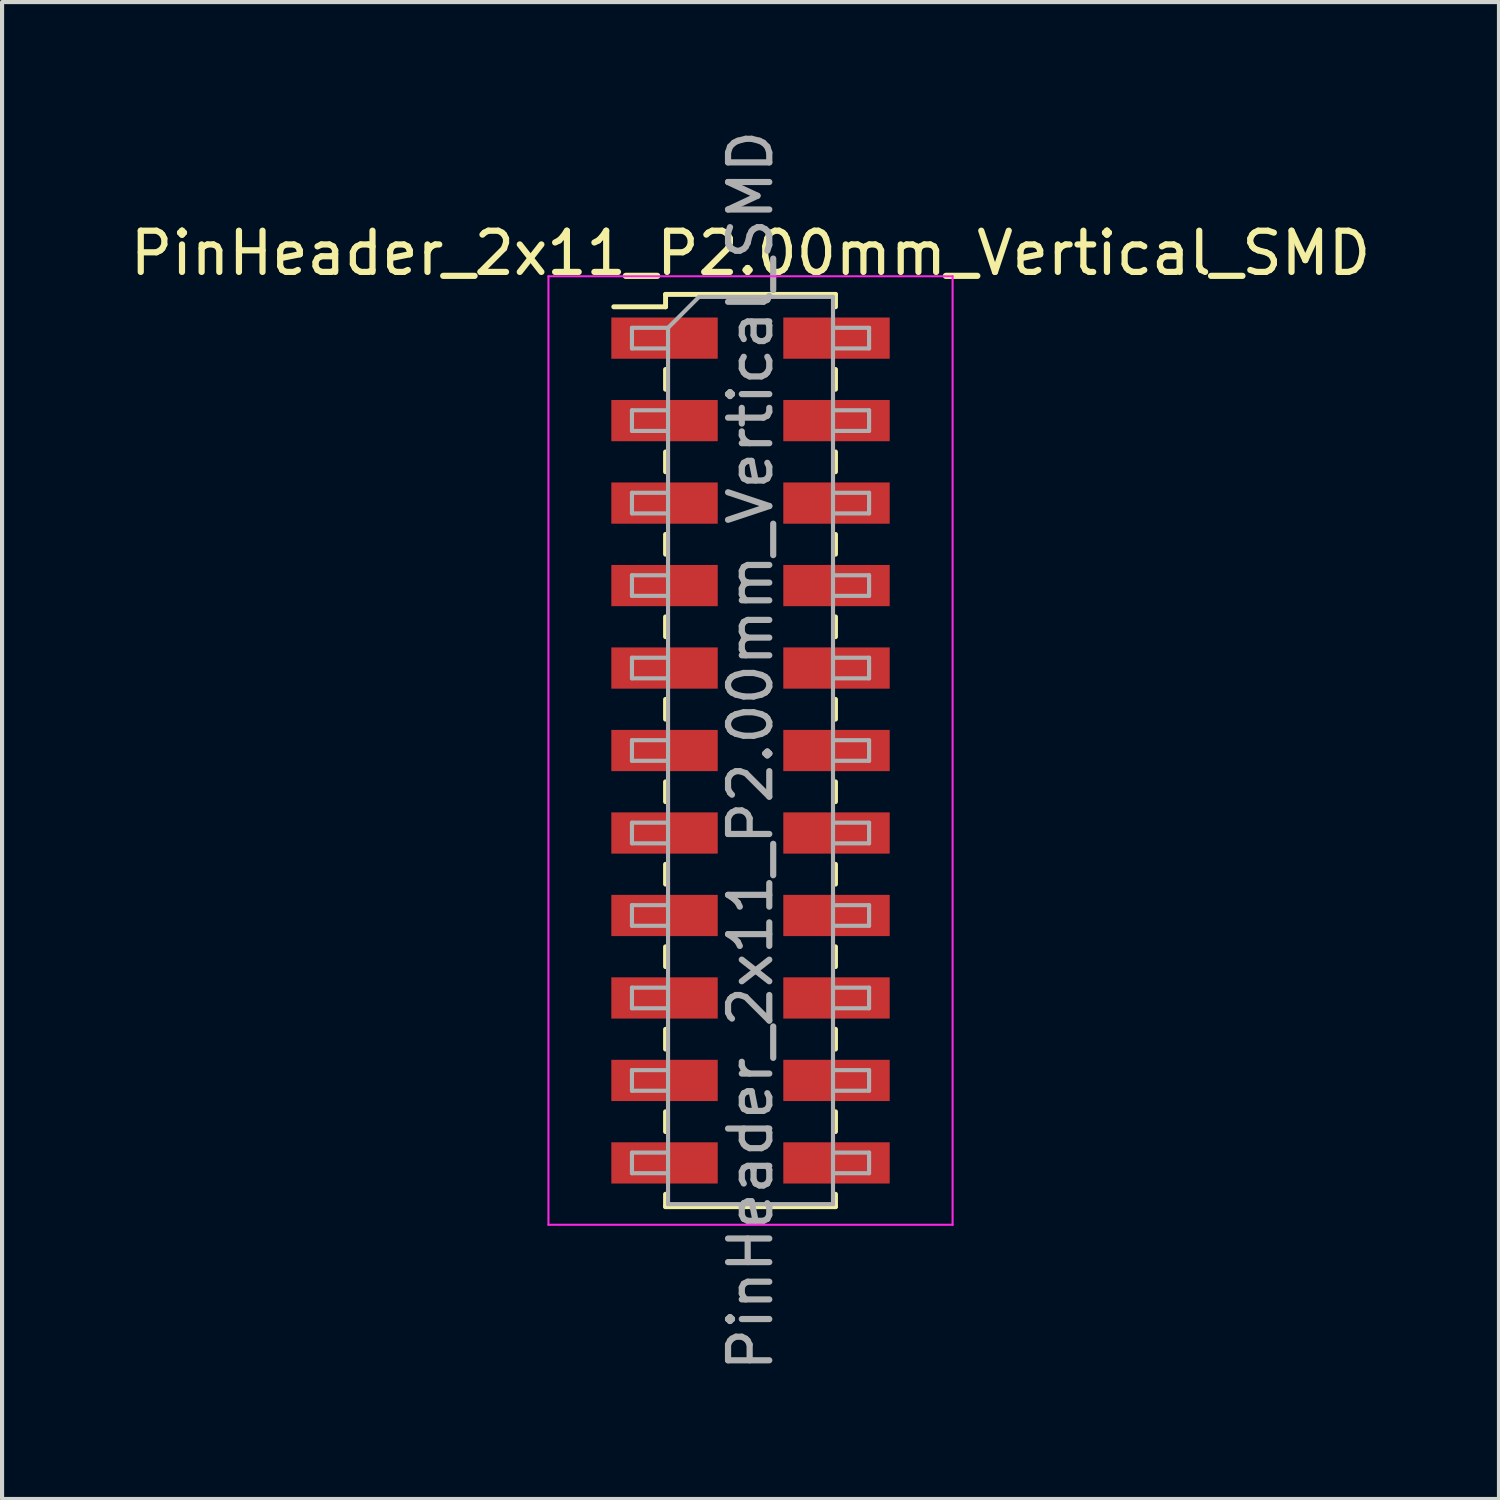
<source format=kicad_pcb>
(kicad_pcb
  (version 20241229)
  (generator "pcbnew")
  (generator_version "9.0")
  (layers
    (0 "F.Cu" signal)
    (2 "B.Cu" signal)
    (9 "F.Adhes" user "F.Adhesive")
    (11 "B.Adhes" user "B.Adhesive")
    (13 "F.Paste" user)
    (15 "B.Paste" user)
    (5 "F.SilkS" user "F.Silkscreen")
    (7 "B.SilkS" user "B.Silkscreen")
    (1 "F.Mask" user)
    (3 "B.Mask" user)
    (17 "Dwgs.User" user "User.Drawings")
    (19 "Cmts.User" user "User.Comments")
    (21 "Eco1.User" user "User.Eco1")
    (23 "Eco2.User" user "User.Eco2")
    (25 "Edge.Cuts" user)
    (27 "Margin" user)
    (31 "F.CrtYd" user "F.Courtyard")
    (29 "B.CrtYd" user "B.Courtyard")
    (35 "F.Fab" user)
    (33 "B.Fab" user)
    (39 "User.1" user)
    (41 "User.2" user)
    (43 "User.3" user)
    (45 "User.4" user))
  (footprint "PinHeader_2x11_P2.00mm_Vertical_SMD"
    (layer "F.Cu")
    (at 15.149 15.149)
    (property "Reference" "PinHeader_2x11_P2.00mm_Vertical_SMD" (at 0 -12.06 0) (layer "F.SilkS") (effects (font (size 1 1) (thickness 0.15))))
    (attr smd)
    (fp_line (start -3.315 -10.76) (end -2.06 -10.76) (stroke (width 0.12) (type solid)) (layer "F.SilkS"))
    (fp_line (start -2.06 -11.06) (end -2.06 -10.76) (stroke (width 0.12) (type solid)) (layer "F.SilkS"))
    (fp_line (start -2.06 -11.06) (end 2.06 -11.06) (stroke (width 0.12) (type solid)) (layer "F.SilkS"))
    (fp_line (start -2.06 -9.24) (end -2.06 -8.76) (stroke (width 0.12) (type solid)) (layer "F.SilkS"))
    (fp_line (start -2.06 -7.24) (end -2.06 -6.76) (stroke (width 0.12) (type solid)) (layer "F.SilkS"))
    (fp_line (start -2.06 -5.24) (end -2.06 -4.76) (stroke (width 0.12) (type solid)) (layer "F.SilkS"))
    (fp_line (start -2.06 -3.24) (end -2.06 -2.76) (stroke (width 0.12) (type solid)) (layer "F.SilkS"))
    (fp_line (start -2.06 -1.24) (end -2.06 -0.76) (stroke (width 0.12) (type solid)) (layer "F.SilkS"))
    (fp_line (start -2.06 0.76) (end -2.06 1.24) (stroke (width 0.12) (type solid)) (layer "F.SilkS"))
    (fp_line (start -2.06 2.76) (end -2.06 3.24) (stroke (width 0.12) (type solid)) (layer "F.SilkS"))
    (fp_line (start -2.06 4.76) (end -2.06 5.24) (stroke (width 0.12) (type solid)) (layer "F.SilkS"))
    (fp_line (start -2.06 6.76) (end -2.06 7.24) (stroke (width 0.12) (type solid)) (layer "F.SilkS"))
    (fp_line (start -2.06 8.76) (end -2.06 9.24) (stroke (width 0.12) (type solid)) (layer "F.SilkS"))
    (fp_line (start -2.06 10.76) (end -2.06 11.06) (stroke (width 0.12) (type solid)) (layer "F.SilkS"))
    (fp_line (start -2.06 11.06) (end 2.06 11.06) (stroke (width 0.12) (type solid)) (layer "F.SilkS"))
    (fp_line (start 2.06 -11.06) (end 2.06 -10.76) (stroke (width 0.12) (type solid)) (layer "F.SilkS"))
    (fp_line (start 2.06 -9.24) (end 2.06 -8.76) (stroke (width 0.12) (type solid)) (layer "F.SilkS"))
    (fp_line (start 2.06 -7.24) (end 2.06 -6.76) (stroke (width 0.12) (type solid)) (layer "F.SilkS"))
    (fp_line (start 2.06 -5.24) (end 2.06 -4.76) (stroke (width 0.12) (type solid)) (layer "F.SilkS"))
    (fp_line (start 2.06 -3.24) (end 2.06 -2.76) (stroke (width 0.12) (type solid)) (layer "F.SilkS"))
    (fp_line (start 2.06 -1.24) (end 2.06 -0.76) (stroke (width 0.12) (type solid)) (layer "F.SilkS"))
    (fp_line (start 2.06 0.76) (end 2.06 1.24) (stroke (width 0.12) (type solid)) (layer "F.SilkS"))
    (fp_line (start 2.06 2.76) (end 2.06 3.24) (stroke (width 0.12) (type solid)) (layer "F.SilkS"))
    (fp_line (start 2.06 4.76) (end 2.06 5.24) (stroke (width 0.12) (type solid)) (layer "F.SilkS"))
    (fp_line (start 2.06 6.76) (end 2.06 7.24) (stroke (width 0.12) (type solid)) (layer "F.SilkS"))
    (fp_line (start 2.06 8.76) (end 2.06 9.24) (stroke (width 0.12) (type solid)) (layer "F.SilkS"))
    (fp_line (start 2.06 10.76) (end 2.06 11.06) (stroke (width 0.12) (type solid)) (layer "F.SilkS"))
    (fp_line (start -4.9 -11.5) (end -4.9 11.5) (stroke (width 0.05) (type solid)) (layer "F.CrtYd"))
    (fp_line (start -4.9 11.5) (end 4.9 11.5) (stroke (width 0.05) (type solid)) (layer "F.CrtYd"))
    (fp_line (start 4.9 -11.5) (end -4.9 -11.5) (stroke (width 0.05) (type solid)) (layer "F.CrtYd"))
    (fp_line (start 4.9 11.5) (end 4.9 -11.5) (stroke (width 0.05) (type solid)) (layer "F.CrtYd"))
    (fp_line (start -2.875 -10.25) (end -2.875 -9.75) (stroke (width 0.1) (type solid)) (layer "F.Fab"))
    (fp_line (start -2.875 -9.75) (end -2 -9.75) (stroke (width 0.1) (type solid)) (layer "F.Fab"))
    (fp_line (start -2.875 -8.25) (end -2.875 -7.75) (stroke (width 0.1) (type solid)) (layer "F.Fab"))
    (fp_line (start -2.875 -7.75) (end -2 -7.75) (stroke (width 0.1) (type solid)) (layer "F.Fab"))
    (fp_line (start -2.875 -6.25) (end -2.875 -5.75) (stroke (width 0.1) (type solid)) (layer "F.Fab"))
    (fp_line (start -2.875 -5.75) (end -2 -5.75) (stroke (width 0.1) (type solid)) (layer "F.Fab"))
    (fp_line (start -2.875 -4.25) (end -2.875 -3.75) (stroke (width 0.1) (type solid)) (layer "F.Fab"))
    (fp_line (start -2.875 -3.75) (end -2 -3.75) (stroke (width 0.1) (type solid)) (layer "F.Fab"))
    (fp_line (start -2.875 -2.25) (end -2.875 -1.75) (stroke (width 0.1) (type solid)) (layer "F.Fab"))
    (fp_line (start -2.875 -1.75) (end -2 -1.75) (stroke (width 0.1) (type solid)) (layer "F.Fab"))
    (fp_line (start -2.875 -0.25) (end -2.875 0.25) (stroke (width 0.1) (type solid)) (layer "F.Fab"))
    (fp_line (start -2.875 0.25) (end -2 0.25) (stroke (width 0.1) (type solid)) (layer "F.Fab"))
    (fp_line (start -2.875 1.75) (end -2.875 2.25) (stroke (width 0.1) (type solid)) (layer "F.Fab"))
    (fp_line (start -2.875 2.25) (end -2 2.25) (stroke (width 0.1) (type solid)) (layer "F.Fab"))
    (fp_line (start -2.875 3.75) (end -2.875 4.25) (stroke (width 0.1) (type solid)) (layer "F.Fab"))
    (fp_line (start -2.875 4.25) (end -2 4.25) (stroke (width 0.1) (type solid)) (layer "F.Fab"))
    (fp_line (start -2.875 5.75) (end -2.875 6.25) (stroke (width 0.1) (type solid)) (layer "F.Fab"))
    (fp_line (start -2.875 6.25) (end -2 6.25) (stroke (width 0.1) (type solid)) (layer "F.Fab"))
    (fp_line (start -2.875 7.75) (end -2.875 8.25) (stroke (width 0.1) (type solid)) (layer "F.Fab"))
    (fp_line (start -2.875 8.25) (end -2 8.25) (stroke (width 0.1) (type solid)) (layer "F.Fab"))
    (fp_line (start -2.875 9.75) (end -2.875 10.25) (stroke (width 0.1) (type solid)) (layer "F.Fab"))
    (fp_line (start -2.875 10.25) (end -2 10.25) (stroke (width 0.1) (type solid)) (layer "F.Fab"))
    (fp_line (start -2 -10.25) (end -2.875 -10.25) (stroke (width 0.1) (type solid)) (layer "F.Fab"))
    (fp_line (start -2 -10.25) (end -1.25 -11) (stroke (width 0.1) (type solid)) (layer "F.Fab"))
    (fp_line (start -2 -8.25) (end -2.875 -8.25) (stroke (width 0.1) (type solid)) (layer "F.Fab"))
    (fp_line (start -2 -6.25) (end -2.875 -6.25) (stroke (width 0.1) (type solid)) (layer "F.Fab"))
    (fp_line (start -2 -4.25) (end -2.875 -4.25) (stroke (width 0.1) (type solid)) (layer "F.Fab"))
    (fp_line (start -2 -2.25) (end -2.875 -2.25) (stroke (width 0.1) (type solid)) (layer "F.Fab"))
    (fp_line (start -2 -0.25) (end -2.875 -0.25) (stroke (width 0.1) (type solid)) (layer "F.Fab"))
    (fp_line (start -2 1.75) (end -2.875 1.75) (stroke (width 0.1) (type solid)) (layer "F.Fab"))
    (fp_line (start -2 3.75) (end -2.875 3.75) (stroke (width 0.1) (type solid)) (layer "F.Fab"))
    (fp_line (start -2 5.75) (end -2.875 5.75) (stroke (width 0.1) (type solid)) (layer "F.Fab"))
    (fp_line (start -2 7.75) (end -2.875 7.75) (stroke (width 0.1) (type solid)) (layer "F.Fab"))
    (fp_line (start -2 9.75) (end -2.875 9.75) (stroke (width 0.1) (type solid)) (layer "F.Fab"))
    (fp_line (start -2 11) (end -2 -10.25) (stroke (width 0.1) (type solid)) (layer "F.Fab"))
    (fp_line (start -1.25 -11) (end 2 -11) (stroke (width 0.1) (type solid)) (layer "F.Fab"))
    (fp_line (start 2 -11) (end 2 11) (stroke (width 0.1) (type solid)) (layer "F.Fab"))
    (fp_line (start 2 -10.25) (end 2.875 -10.25) (stroke (width 0.1) (type solid)) (layer "F.Fab"))
    (fp_line (start 2 -8.25) (end 2.875 -8.25) (stroke (width 0.1) (type solid)) (layer "F.Fab"))
    (fp_line (start 2 -6.25) (end 2.875 -6.25) (stroke (width 0.1) (type solid)) (layer "F.Fab"))
    (fp_line (start 2 -4.25) (end 2.875 -4.25) (stroke (width 0.1) (type solid)) (layer "F.Fab"))
    (fp_line (start 2 -2.25) (end 2.875 -2.25) (stroke (width 0.1) (type solid)) (layer "F.Fab"))
    (fp_line (start 2 -0.25) (end 2.875 -0.25) (stroke (width 0.1) (type solid)) (layer "F.Fab"))
    (fp_line (start 2 1.75) (end 2.875 1.75) (stroke (width 0.1) (type solid)) (layer "F.Fab"))
    (fp_line (start 2 3.75) (end 2.875 3.75) (stroke (width 0.1) (type solid)) (layer "F.Fab"))
    (fp_line (start 2 5.75) (end 2.875 5.75) (stroke (width 0.1) (type solid)) (layer "F.Fab"))
    (fp_line (start 2 7.75) (end 2.875 7.75) (stroke (width 0.1) (type solid)) (layer "F.Fab"))
    (fp_line (start 2 9.75) (end 2.875 9.75) (stroke (width 0.1) (type solid)) (layer "F.Fab"))
    (fp_line (start 2 11) (end -2 11) (stroke (width 0.1) (type solid)) (layer "F.Fab"))
    (fp_line (start 2.875 -10.25) (end 2.875 -9.75) (stroke (width 0.1) (type solid)) (layer "F.Fab"))
    (fp_line (start 2.875 -9.75) (end 2 -9.75) (stroke (width 0.1) (type solid)) (layer "F.Fab"))
    (fp_line (start 2.875 -8.25) (end 2.875 -7.75) (stroke (width 0.1) (type solid)) (layer "F.Fab"))
    (fp_line (start 2.875 -7.75) (end 2 -7.75) (stroke (width 0.1) (type solid)) (layer "F.Fab"))
    (fp_line (start 2.875 -6.25) (end 2.875 -5.75) (stroke (width 0.1) (type solid)) (layer "F.Fab"))
    (fp_line (start 2.875 -5.75) (end 2 -5.75) (stroke (width 0.1) (type solid)) (layer "F.Fab"))
    (fp_line (start 2.875 -4.25) (end 2.875 -3.75) (stroke (width 0.1) (type solid)) (layer "F.Fab"))
    (fp_line (start 2.875 -3.75) (end 2 -3.75) (stroke (width 0.1) (type solid)) (layer "F.Fab"))
    (fp_line (start 2.875 -2.25) (end 2.875 -1.75) (stroke (width 0.1) (type solid)) (layer "F.Fab"))
    (fp_line (start 2.875 -1.75) (end 2 -1.75) (stroke (width 0.1) (type solid)) (layer "F.Fab"))
    (fp_line (start 2.875 -0.25) (end 2.875 0.25) (stroke (width 0.1) (type solid)) (layer "F.Fab"))
    (fp_line (start 2.875 0.25) (end 2 0.25) (stroke (width 0.1) (type solid)) (layer "F.Fab"))
    (fp_line (start 2.875 1.75) (end 2.875 2.25) (stroke (width 0.1) (type solid)) (layer "F.Fab"))
    (fp_line (start 2.875 2.25) (end 2 2.25) (stroke (width 0.1) (type solid)) (layer "F.Fab"))
    (fp_line (start 2.875 3.75) (end 2.875 4.25) (stroke (width 0.1) (type solid)) (layer "F.Fab"))
    (fp_line (start 2.875 4.25) (end 2 4.25) (stroke (width 0.1) (type solid)) (layer "F.Fab"))
    (fp_line (start 2.875 5.75) (end 2.875 6.25) (stroke (width 0.1) (type solid)) (layer "F.Fab"))
    (fp_line (start 2.875 6.25) (end 2 6.25) (stroke (width 0.1) (type solid)) (layer "F.Fab"))
    (fp_line (start 2.875 7.75) (end 2.875 8.25) (stroke (width 0.1) (type solid)) (layer "F.Fab"))
    (fp_line (start 2.875 8.25) (end 2 8.25) (stroke (width 0.1) (type solid)) (layer "F.Fab"))
    (fp_line (start 2.875 9.75) (end 2.875 10.25) (stroke (width 0.1) (type solid)) (layer "F.Fab"))
    (fp_line (start 2.875 10.25) (end 2 10.25) (stroke (width 0.1) (type solid)) (layer "F.Fab"))
    (fp_text user "${REFERENCE}" (at 0 0 90) (layer "F.Fab") (effects (font (size 1 1) (thickness 0.15))))
    (pad "1" smd rect (at -2.085 -10) (size 2.58 1) (layers "F.Cu" "F.Mask" "F.Paste"))
    (pad "2" smd rect (at 2.085 -10) (size 2.58 1) (layers "F.Cu" "F.Mask" "F.Paste"))
    (pad "3" smd rect (at -2.085 -8) (size 2.58 1) (layers "F.Cu" "F.Mask" "F.Paste"))
    (pad "4" smd rect (at 2.085 -8) (size 2.58 1) (layers "F.Cu" "F.Mask" "F.Paste"))
    (pad "5" smd rect (at -2.085 -6) (size 2.58 1) (layers "F.Cu" "F.Mask" "F.Paste"))
    (pad "6" smd rect (at 2.085 -6) (size 2.58 1) (layers "F.Cu" "F.Mask" "F.Paste"))
    (pad "7" smd rect (at -2.085 -4) (size 2.58 1) (layers "F.Cu" "F.Mask" "F.Paste"))
    (pad "8" smd rect (at 2.085 -4) (size 2.58 1) (layers "F.Cu" "F.Mask" "F.Paste"))
    (pad "9" smd rect (at -2.085 -2) (size 2.58 1) (layers "F.Cu" "F.Mask" "F.Paste"))
    (pad "10" smd rect (at 2.085 -2) (size 2.58 1) (layers "F.Cu" "F.Mask" "F.Paste"))
    (pad "11" smd rect (at -2.085 0) (size 2.58 1) (layers "F.Cu" "F.Mask" "F.Paste"))
    (pad "12" smd rect (at 2.085 0) (size 2.58 1) (layers "F.Cu" "F.Mask" "F.Paste"))
    (pad "13" smd rect (at -2.085 2) (size 2.58 1) (layers "F.Cu" "F.Mask" "F.Paste"))
    (pad "14" smd rect (at 2.085 2) (size 2.58 1) (layers "F.Cu" "F.Mask" "F.Paste"))
    (pad "15" smd rect (at -2.085 4) (size 2.58 1) (layers "F.Cu" "F.Mask" "F.Paste"))
    (pad "16" smd rect (at 2.085 4) (size 2.58 1) (layers "F.Cu" "F.Mask" "F.Paste"))
    (pad "17" smd rect (at -2.085 6) (size 2.58 1) (layers "F.Cu" "F.Mask" "F.Paste"))
    (pad "18" smd rect (at 2.085 6) (size 2.58 1) (layers "F.Cu" "F.Mask" "F.Paste"))
    (pad "19" smd rect (at -2.085 8) (size 2.58 1) (layers "F.Cu" "F.Mask" "F.Paste"))
    (pad "20" smd rect (at 2.085 8) (size 2.58 1) (layers "F.Cu" "F.Mask" "F.Paste"))
    (pad "21" smd rect (at -2.085 10) (size 2.58 1) (layers "F.Cu" "F.Mask" "F.Paste"))
    (pad "22" smd rect (at 2.085 10) (size 2.58 1) (layers "F.Cu" "F.Mask" "F.Paste")))
  (gr_rect
    (start -3 -3)
    (end 33.298 33.298)
    (stroke (width 0.1) (type default))
    (fill no)
    (layer "Edge.Cuts")))
</source>
